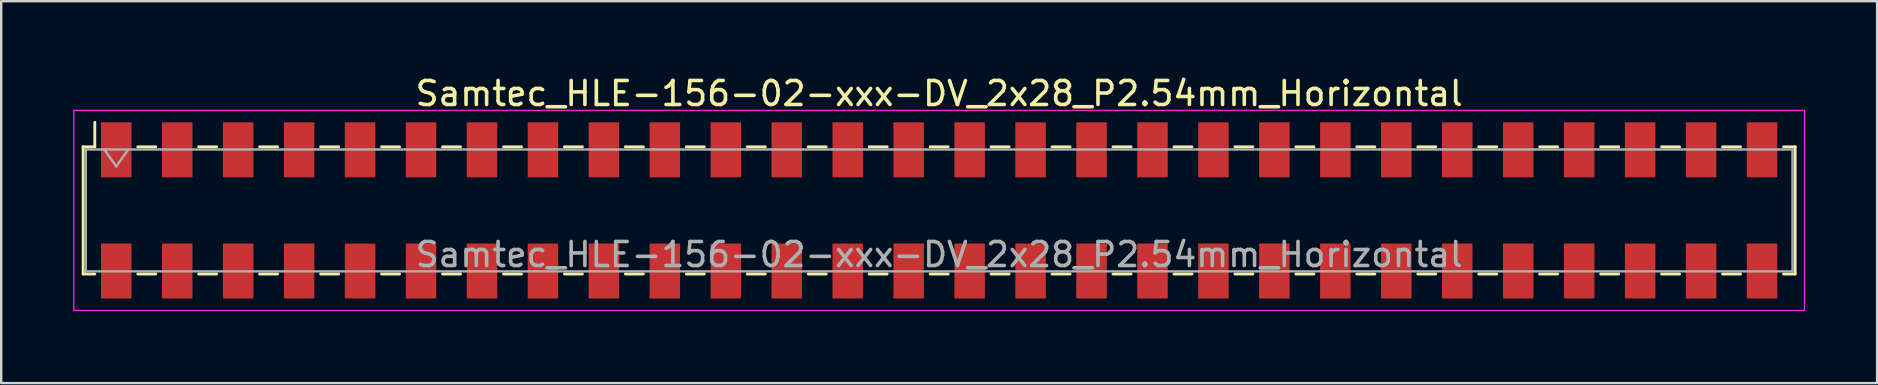
<source format=kicad_pcb>
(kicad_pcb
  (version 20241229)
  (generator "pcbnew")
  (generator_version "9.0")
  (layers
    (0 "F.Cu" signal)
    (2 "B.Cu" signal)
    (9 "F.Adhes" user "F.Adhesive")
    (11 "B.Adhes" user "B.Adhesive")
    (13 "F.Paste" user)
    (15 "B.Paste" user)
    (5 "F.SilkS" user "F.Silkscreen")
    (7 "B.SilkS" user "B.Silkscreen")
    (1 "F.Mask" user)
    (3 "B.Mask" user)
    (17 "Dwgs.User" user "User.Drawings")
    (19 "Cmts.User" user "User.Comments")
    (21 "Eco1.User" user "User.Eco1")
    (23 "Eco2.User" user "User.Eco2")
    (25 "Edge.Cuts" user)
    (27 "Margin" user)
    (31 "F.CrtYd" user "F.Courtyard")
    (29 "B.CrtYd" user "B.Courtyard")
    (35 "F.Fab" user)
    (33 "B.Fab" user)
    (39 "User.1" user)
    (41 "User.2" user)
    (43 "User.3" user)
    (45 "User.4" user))
  (footprint "Samtec_HLE-156-02-xxx-DV_2x28_P2.54mm_Horizontal"
    (layer "F.Cu")
    (at 36.085 5.718)
    (property "Reference" "Samtec_HLE-156-02-xxx-DV_2x28_P2.54mm_Horizontal" (at 0 -4.87 0) (layer "F.SilkS") (effects (font (size 1 1) (thickness 0.15))))
    (attr smd)
    (fp_line (start -35.67 -2.65) (end -35.67 2.65) (stroke (width 0.12) (type solid)) (layer "F.SilkS"))
    (fp_line (start -35.67 2.65) (end -35.185 2.65) (stroke (width 0.12) (type solid)) (layer "F.SilkS"))
    (fp_line (start -35.185 -3.67) (end -35.185 -2.65) (stroke (width 0.12) (type solid)) (layer "F.SilkS"))
    (fp_line (start -35.185 -2.65) (end -35.67 -2.65) (stroke (width 0.12) (type solid)) (layer "F.SilkS"))
    (fp_line (start -33.395 -2.65) (end -32.645 -2.65) (stroke (width 0.12) (type solid)) (layer "F.SilkS"))
    (fp_line (start -33.395 2.65) (end -32.645 2.65) (stroke (width 0.12) (type solid)) (layer "F.SilkS"))
    (fp_line (start -30.855 -2.65) (end -30.105 -2.65) (stroke (width 0.12) (type solid)) (layer "F.SilkS"))
    (fp_line (start -30.855 2.65) (end -30.105 2.65) (stroke (width 0.12) (type solid)) (layer "F.SilkS"))
    (fp_line (start -28.315 -2.65) (end -27.565 -2.65) (stroke (width 0.12) (type solid)) (layer "F.SilkS"))
    (fp_line (start -28.315 2.65) (end -27.565 2.65) (stroke (width 0.12) (type solid)) (layer "F.SilkS"))
    (fp_line (start -25.775 -2.65) (end -25.025 -2.65) (stroke (width 0.12) (type solid)) (layer "F.SilkS"))
    (fp_line (start -25.775 2.65) (end -25.025 2.65) (stroke (width 0.12) (type solid)) (layer "F.SilkS"))
    (fp_line (start -23.235 -2.65) (end -22.485 -2.65) (stroke (width 0.12) (type solid)) (layer "F.SilkS"))
    (fp_line (start -23.235 2.65) (end -22.485 2.65) (stroke (width 0.12) (type solid)) (layer "F.SilkS"))
    (fp_line (start -20.695 -2.65) (end -19.945 -2.65) (stroke (width 0.12) (type solid)) (layer "F.SilkS"))
    (fp_line (start -20.695 2.65) (end -19.945 2.65) (stroke (width 0.12) (type solid)) (layer "F.SilkS"))
    (fp_line (start -18.155 -2.65) (end -17.405 -2.65) (stroke (width 0.12) (type solid)) (layer "F.SilkS"))
    (fp_line (start -18.155 2.65) (end -17.405 2.65) (stroke (width 0.12) (type solid)) (layer "F.SilkS"))
    (fp_line (start -15.615 -2.65) (end -14.865 -2.65) (stroke (width 0.12) (type solid)) (layer "F.SilkS"))
    (fp_line (start -15.615 2.65) (end -14.865 2.65) (stroke (width 0.12) (type solid)) (layer "F.SilkS"))
    (fp_line (start -13.075 -2.65) (end -12.325 -2.65) (stroke (width 0.12) (type solid)) (layer "F.SilkS"))
    (fp_line (start -13.075 2.65) (end -12.325 2.65) (stroke (width 0.12) (type solid)) (layer "F.SilkS"))
    (fp_line (start -10.535 -2.65) (end -9.785 -2.65) (stroke (width 0.12) (type solid)) (layer "F.SilkS"))
    (fp_line (start -10.535 2.65) (end -9.785 2.65) (stroke (width 0.12) (type solid)) (layer "F.SilkS"))
    (fp_line (start -7.995 -2.65) (end -7.245 -2.65) (stroke (width 0.12) (type solid)) (layer "F.SilkS"))
    (fp_line (start -7.995 2.65) (end -7.245 2.65) (stroke (width 0.12) (type solid)) (layer "F.SilkS"))
    (fp_line (start -5.455 -2.65) (end -4.705 -2.65) (stroke (width 0.12) (type solid)) (layer "F.SilkS"))
    (fp_line (start -5.455 2.65) (end -4.705 2.65) (stroke (width 0.12) (type solid)) (layer "F.SilkS"))
    (fp_line (start -2.915 -2.65) (end -2.165 -2.65) (stroke (width 0.12) (type solid)) (layer "F.SilkS"))
    (fp_line (start -2.915 2.65) (end -2.165 2.65) (stroke (width 0.12) (type solid)) (layer "F.SilkS"))
    (fp_line (start -0.375 -2.65) (end 0.375 -2.65) (stroke (width 0.12) (type solid)) (layer "F.SilkS"))
    (fp_line (start -0.375 2.65) (end 0.375 2.65) (stroke (width 0.12) (type solid)) (layer "F.SilkS"))
    (fp_line (start 2.165 -2.65) (end 2.915 -2.65) (stroke (width 0.12) (type solid)) (layer "F.SilkS"))
    (fp_line (start 2.165 2.65) (end 2.915 2.65) (stroke (width 0.12) (type solid)) (layer "F.SilkS"))
    (fp_line (start 4.705 -2.65) (end 5.455 -2.65) (stroke (width 0.12) (type solid)) (layer "F.SilkS"))
    (fp_line (start 4.705 2.65) (end 5.455 2.65) (stroke (width 0.12) (type solid)) (layer "F.SilkS"))
    (fp_line (start 7.245 -2.65) (end 7.995 -2.65) (stroke (width 0.12) (type solid)) (layer "F.SilkS"))
    (fp_line (start 7.245 2.65) (end 7.995 2.65) (stroke (width 0.12) (type solid)) (layer "F.SilkS"))
    (fp_line (start 9.785 -2.65) (end 10.535 -2.65) (stroke (width 0.12) (type solid)) (layer "F.SilkS"))
    (fp_line (start 9.785 2.65) (end 10.535 2.65) (stroke (width 0.12) (type solid)) (layer "F.SilkS"))
    (fp_line (start 12.325 -2.65) (end 13.075 -2.65) (stroke (width 0.12) (type solid)) (layer "F.SilkS"))
    (fp_line (start 12.325 2.65) (end 13.075 2.65) (stroke (width 0.12) (type solid)) (layer "F.SilkS"))
    (fp_line (start 14.865 -2.65) (end 15.615 -2.65) (stroke (width 0.12) (type solid)) (layer "F.SilkS"))
    (fp_line (start 14.865 2.65) (end 15.615 2.65) (stroke (width 0.12) (type solid)) (layer "F.SilkS"))
    (fp_line (start 17.405 -2.65) (end 18.155 -2.65) (stroke (width 0.12) (type solid)) (layer "F.SilkS"))
    (fp_line (start 17.405 2.65) (end 18.155 2.65) (stroke (width 0.12) (type solid)) (layer "F.SilkS"))
    (fp_line (start 19.945 -2.65) (end 20.695 -2.65) (stroke (width 0.12) (type solid)) (layer "F.SilkS"))
    (fp_line (start 19.945 2.65) (end 20.695 2.65) (stroke (width 0.12) (type solid)) (layer "F.SilkS"))
    (fp_line (start 22.485 -2.65) (end 23.235 -2.65) (stroke (width 0.12) (type solid)) (layer "F.SilkS"))
    (fp_line (start 22.485 2.65) (end 23.235 2.65) (stroke (width 0.12) (type solid)) (layer "F.SilkS"))
    (fp_line (start 25.025 -2.65) (end 25.775 -2.65) (stroke (width 0.12) (type solid)) (layer "F.SilkS"))
    (fp_line (start 25.025 2.65) (end 25.775 2.65) (stroke (width 0.12) (type solid)) (layer "F.SilkS"))
    (fp_line (start 27.565 -2.65) (end 28.315 -2.65) (stroke (width 0.12) (type solid)) (layer "F.SilkS"))
    (fp_line (start 27.565 2.65) (end 28.315 2.65) (stroke (width 0.12) (type solid)) (layer "F.SilkS"))
    (fp_line (start 30.105 -2.65) (end 30.855 -2.65) (stroke (width 0.12) (type solid)) (layer "F.SilkS"))
    (fp_line (start 30.105 2.65) (end 30.855 2.65) (stroke (width 0.12) (type solid)) (layer "F.SilkS"))
    (fp_line (start 32.645 -2.65) (end 33.395 -2.65) (stroke (width 0.12) (type solid)) (layer "F.SilkS"))
    (fp_line (start 32.645 2.65) (end 33.395 2.65) (stroke (width 0.12) (type solid)) (layer "F.SilkS"))
    (fp_line (start 35.185 -2.65) (end 35.67 -2.65) (stroke (width 0.12) (type solid)) (layer "F.SilkS"))
    (fp_line (start 35.67 -2.65) (end 35.67 2.65) (stroke (width 0.12) (type solid)) (layer "F.SilkS"))
    (fp_line (start 35.67 2.65) (end 35.185 2.65) (stroke (width 0.12) (type solid)) (layer "F.SilkS"))
    (fp_line (start -36.06 -4.17) (end 36.06 -4.17) (stroke (width 0.05) (type solid)) (layer "F.CrtYd"))
    (fp_line (start -36.06 4.17) (end -36.06 -4.17) (stroke (width 0.05) (type solid)) (layer "F.CrtYd"))
    (fp_line (start 36.06 -4.17) (end 36.06 4.17) (stroke (width 0.05) (type solid)) (layer "F.CrtYd"))
    (fp_line (start 36.06 4.17) (end -36.06 4.17) (stroke (width 0.05) (type solid)) (layer "F.CrtYd"))
    (fp_line (start -35.56 -2.54) (end 35.56 -2.54) (stroke (width 0.1) (type solid)) (layer "F.Fab"))
    (fp_line (start -35.56 2.54) (end -35.56 -2.54) (stroke (width 0.1) (type solid)) (layer "F.Fab"))
    (fp_line (start -34.79 -2.54) (end -34.29 -1.833) (stroke (width 0.1) (type solid)) (layer "F.Fab"))
    (fp_line (start -34.29 -1.833) (end -33.79 -2.54) (stroke (width 0.1) (type solid)) (layer "F.Fab"))
    (fp_line (start 35.56 -2.54) (end 35.56 2.54) (stroke (width 0.1) (type solid)) (layer "F.Fab"))
    (fp_line (start 35.56 2.54) (end -35.56 2.54) (stroke (width 0.1) (type solid)) (layer "F.Fab"))
    (fp_text user "${REFERENCE}" (at 0 1.84 0) (layer "F.Fab") (effects (font (size 1 1) (thickness 0.15))))
    (pad "1" smd rect (at -34.29 -2.525) (size 1.27 2.29) (layers "F.Cu" "F.Mask" "F.Paste"))
    (pad "2" smd rect (at -34.29 2.525) (size 1.27 2.29) (layers "F.Cu" "F.Mask" "F.Paste"))
    (pad "3" smd rect (at -31.75 -2.525) (size 1.27 2.29) (layers "F.Cu" "F.Mask" "F.Paste"))
    (pad "4" smd rect (at -31.75 2.525) (size 1.27 2.29) (layers "F.Cu" "F.Mask" "F.Paste"))
    (pad "5" smd rect (at -29.21 -2.525) (size 1.27 2.29) (layers "F.Cu" "F.Mask" "F.Paste"))
    (pad "6" smd rect (at -29.21 2.525) (size 1.27 2.29) (layers "F.Cu" "F.Mask" "F.Paste"))
    (pad "7" smd rect (at -26.67 -2.525) (size 1.27 2.29) (layers "F.Cu" "F.Mask" "F.Paste"))
    (pad "8" smd rect (at -26.67 2.525) (size 1.27 2.29) (layers "F.Cu" "F.Mask" "F.Paste"))
    (pad "9" smd rect (at -24.13 -2.525) (size 1.27 2.29) (layers "F.Cu" "F.Mask" "F.Paste"))
    (pad "10" smd rect (at -24.13 2.525) (size 1.27 2.29) (layers "F.Cu" "F.Mask" "F.Paste"))
    (pad "11" smd rect (at -21.59 -2.525) (size 1.27 2.29) (layers "F.Cu" "F.Mask" "F.Paste"))
    (pad "12" smd rect (at -21.59 2.525) (size 1.27 2.29) (layers "F.Cu" "F.Mask" "F.Paste"))
    (pad "13" smd rect (at -19.05 -2.525) (size 1.27 2.29) (layers "F.Cu" "F.Mask" "F.Paste"))
    (pad "14" smd rect (at -19.05 2.525) (size 1.27 2.29) (layers "F.Cu" "F.Mask" "F.Paste"))
    (pad "15" smd rect (at -16.51 -2.525) (size 1.27 2.29) (layers "F.Cu" "F.Mask" "F.Paste"))
    (pad "16" smd rect (at -16.51 2.525) (size 1.27 2.29) (layers "F.Cu" "F.Mask" "F.Paste"))
    (pad "17" smd rect (at -13.97 -2.525) (size 1.27 2.29) (layers "F.Cu" "F.Mask" "F.Paste"))
    (pad "18" smd rect (at -13.97 2.525) (size 1.27 2.29) (layers "F.Cu" "F.Mask" "F.Paste"))
    (pad "19" smd rect (at -11.43 -2.525) (size 1.27 2.29) (layers "F.Cu" "F.Mask" "F.Paste"))
    (pad "20" smd rect (at -11.43 2.525) (size 1.27 2.29) (layers "F.Cu" "F.Mask" "F.Paste"))
    (pad "21" smd rect (at -8.89 -2.525) (size 1.27 2.29) (layers "F.Cu" "F.Mask" "F.Paste"))
    (pad "22" smd rect (at -8.89 2.525) (size 1.27 2.29) (layers "F.Cu" "F.Mask" "F.Paste"))
    (pad "23" smd rect (at -6.35 -2.525) (size 1.27 2.29) (layers "F.Cu" "F.Mask" "F.Paste"))
    (pad "24" smd rect (at -6.35 2.525) (size 1.27 2.29) (layers "F.Cu" "F.Mask" "F.Paste"))
    (pad "25" smd rect (at -3.81 -2.525) (size 1.27 2.29) (layers "F.Cu" "F.Mask" "F.Paste"))
    (pad "26" smd rect (at -3.81 2.525) (size 1.27 2.29) (layers "F.Cu" "F.Mask" "F.Paste"))
    (pad "27" smd rect (at -1.27 -2.525) (size 1.27 2.29) (layers "F.Cu" "F.Mask" "F.Paste"))
    (pad "28" smd rect (at -1.27 2.525) (size 1.27 2.29) (layers "F.Cu" "F.Mask" "F.Paste"))
    (pad "29" smd rect (at 1.27 -2.525) (size 1.27 2.29) (layers "F.Cu" "F.Mask" "F.Paste"))
    (pad "30" smd rect (at 1.27 2.525) (size 1.27 2.29) (layers "F.Cu" "F.Mask" "F.Paste"))
    (pad "31" smd rect (at 3.81 -2.525) (size 1.27 2.29) (layers "F.Cu" "F.Mask" "F.Paste"))
    (pad "32" smd rect (at 3.81 2.525) (size 1.27 2.29) (layers "F.Cu" "F.Mask" "F.Paste"))
    (pad "33" smd rect (at 6.35 -2.525) (size 1.27 2.29) (layers "F.Cu" "F.Mask" "F.Paste"))
    (pad "34" smd rect (at 6.35 2.525) (size 1.27 2.29) (layers "F.Cu" "F.Mask" "F.Paste"))
    (pad "35" smd rect (at 8.89 -2.525) (size 1.27 2.29) (layers "F.Cu" "F.Mask" "F.Paste"))
    (pad "36" smd rect (at 8.89 2.525) (size 1.27 2.29) (layers "F.Cu" "F.Mask" "F.Paste"))
    (pad "37" smd rect (at 11.43 -2.525) (size 1.27 2.29) (layers "F.Cu" "F.Mask" "F.Paste"))
    (pad "38" smd rect (at 11.43 2.525) (size 1.27 2.29) (layers "F.Cu" "F.Mask" "F.Paste"))
    (pad "39" smd rect (at 13.97 -2.525) (size 1.27 2.29) (layers "F.Cu" "F.Mask" "F.Paste"))
    (pad "40" smd rect (at 13.97 2.525) (size 1.27 2.29) (layers "F.Cu" "F.Mask" "F.Paste"))
    (pad "41" smd rect (at 16.51 -2.525) (size 1.27 2.29) (layers "F.Cu" "F.Mask" "F.Paste"))
    (pad "42" smd rect (at 16.51 2.525) (size 1.27 2.29) (layers "F.Cu" "F.Mask" "F.Paste"))
    (pad "43" smd rect (at 19.05 -2.525) (size 1.27 2.29) (layers "F.Cu" "F.Mask" "F.Paste"))
    (pad "44" smd rect (at 19.05 2.525) (size 1.27 2.29) (layers "F.Cu" "F.Mask" "F.Paste"))
    (pad "45" smd rect (at 21.59 -2.525) (size 1.27 2.29) (layers "F.Cu" "F.Mask" "F.Paste"))
    (pad "46" smd rect (at 21.59 2.525) (size 1.27 2.29) (layers "F.Cu" "F.Mask" "F.Paste"))
    (pad "47" smd rect (at 24.13 -2.525) (size 1.27 2.29) (layers "F.Cu" "F.Mask" "F.Paste"))
    (pad "48" smd rect (at 24.13 2.525) (size 1.27 2.29) (layers "F.Cu" "F.Mask" "F.Paste"))
    (pad "49" smd rect (at 26.67 -2.525) (size 1.27 2.29) (layers "F.Cu" "F.Mask" "F.Paste"))
    (pad "50" smd rect (at 26.67 2.525) (size 1.27 2.29) (layers "F.Cu" "F.Mask" "F.Paste"))
    (pad "51" smd rect (at 29.21 -2.525) (size 1.27 2.29) (layers "F.Cu" "F.Mask" "F.Paste"))
    (pad "52" smd rect (at 29.21 2.525) (size 1.27 2.29) (layers "F.Cu" "F.Mask" "F.Paste"))
    (pad "53" smd rect (at 31.75 -2.525) (size 1.27 2.29) (layers "F.Cu" "F.Mask" "F.Paste"))
    (pad "54" smd rect (at 31.75 2.525) (size 1.27 2.29) (layers "F.Cu" "F.Mask" "F.Paste"))
    (pad "55" smd rect (at 34.29 -2.525) (size 1.27 2.29) (layers "F.Cu" "F.Mask" "F.Paste"))
    (pad "56" smd rect (at 34.29 2.525) (size 1.27 2.29) (layers "F.Cu" "F.Mask" "F.Paste")))
  (gr_rect
    (start -3 -3)
    (end 75.17 12.913)
    (stroke (width 0.1) (type default))
    (fill no)
    (layer "Edge.Cuts")))
</source>
